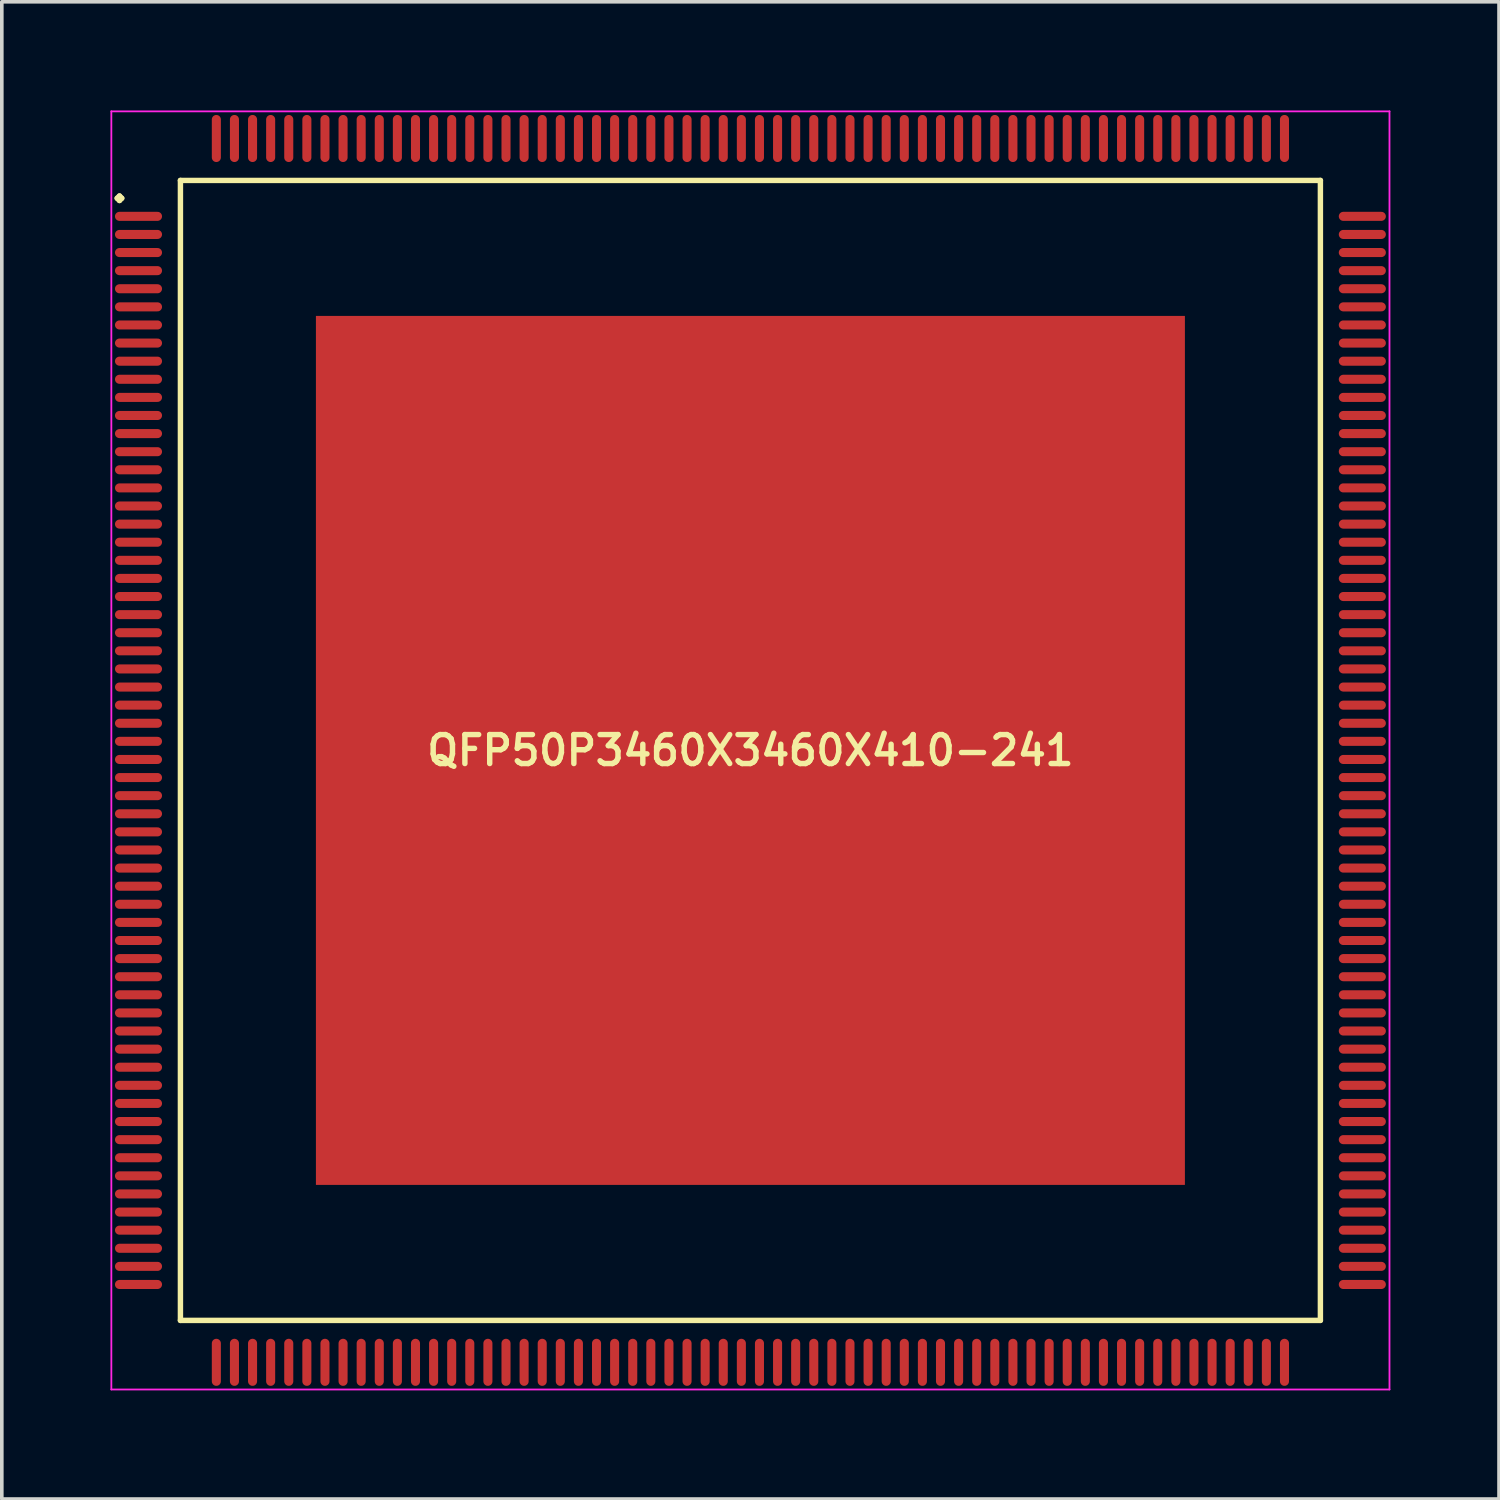
<source format=kicad_pcb>
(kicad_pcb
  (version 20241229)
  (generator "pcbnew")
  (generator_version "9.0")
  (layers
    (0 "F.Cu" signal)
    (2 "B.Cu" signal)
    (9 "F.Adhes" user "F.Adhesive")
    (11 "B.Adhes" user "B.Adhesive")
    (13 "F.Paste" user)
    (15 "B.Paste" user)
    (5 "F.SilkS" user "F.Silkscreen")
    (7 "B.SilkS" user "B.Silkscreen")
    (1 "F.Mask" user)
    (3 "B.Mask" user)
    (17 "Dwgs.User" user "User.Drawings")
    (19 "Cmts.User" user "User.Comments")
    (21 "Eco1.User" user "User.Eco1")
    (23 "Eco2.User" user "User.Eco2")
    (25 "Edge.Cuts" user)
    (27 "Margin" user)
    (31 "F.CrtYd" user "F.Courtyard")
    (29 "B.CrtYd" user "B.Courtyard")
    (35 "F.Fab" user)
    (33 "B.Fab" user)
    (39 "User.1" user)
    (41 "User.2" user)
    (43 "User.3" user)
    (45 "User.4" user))
  (footprint "QFP50P3460X3460X410-241"
    (layer "F.Cu")
    (at 17.675 17.675)
    (property "Reference" "QFP50P3460X3460X410-241" (at 0 0 0) (layer "F.SilkS") (effects (font (size 0.8 0.8) (thickness 0.15))))
    (attr smd)
    (fp_line (start -17.488 -15.25) (end -17.425 -15.312) (stroke (width 0.15) (type solid)) (layer "F.SilkS"))
    (fp_line (start -17.425 -15.312) (end -17.363 -15.25) (stroke (width 0.15) (type solid)) (layer "F.SilkS"))
    (fp_line (start -17.425 -15.188) (end -17.488 -15.25) (stroke (width 0.15) (type solid)) (layer "F.SilkS"))
    (fp_line (start -17.363 -15.25) (end -17.425 -15.188) (stroke (width 0.15) (type solid)) (layer "F.SilkS"))
    (fp_line (start -15.742 -15.742) (end -15.742 15.742) (stroke (width 0.15) (type solid)) (layer "F.SilkS"))
    (fp_line (start -15.742 15.742) (end 15.742 15.742) (stroke (width 0.15) (type solid)) (layer "F.SilkS"))
    (fp_line (start 15.742 -15.742) (end -15.742 -15.742) (stroke (width 0.15) (type solid)) (layer "F.SilkS"))
    (fp_line (start 15.742 15.742) (end 15.742 -15.742) (stroke (width 0.15) (type solid)) (layer "F.SilkS"))
    (fp_line (start -17.65 -17.65) (end 17.65 -17.65) (stroke (width 0.05) (type solid)) (layer "F.CrtYd"))
    (fp_line (start -17.65 17.65) (end -17.65 -17.65) (stroke (width 0.05) (type solid)) (layer "F.CrtYd"))
    (fp_line (start 17.65 -17.65) (end 17.65 17.65) (stroke (width 0.05) (type solid)) (layer "F.CrtYd"))
    (fp_line (start 17.65 17.65) (end -17.65 17.65) (stroke (width 0.05) (type solid)) (layer "F.CrtYd"))
    (pad "1" smd oval (at -16.9 -14.75) (size 1.3 0.25) (layers "F.Cu" "F.Mask" "F.Paste"))
    (pad "2" smd oval (at -16.9 -14.25) (size 1.3 0.25) (layers "F.Cu" "F.Mask" "F.Paste"))
    (pad "3" smd oval (at -16.9 -13.75) (size 1.3 0.25) (layers "F.Cu" "F.Mask" "F.Paste"))
    (pad "4" smd oval (at -16.9 -13.25) (size 1.3 0.25) (layers "F.Cu" "F.Mask" "F.Paste"))
    (pad "5" smd oval (at -16.9 -12.75) (size 1.3 0.25) (layers "F.Cu" "F.Mask" "F.Paste"))
    (pad "6" smd oval (at -16.9 -12.25) (size 1.3 0.25) (layers "F.Cu" "F.Mask" "F.Paste"))
    (pad "7" smd oval (at -16.9 -11.75) (size 1.3 0.25) (layers "F.Cu" "F.Mask" "F.Paste"))
    (pad "8" smd oval (at -16.9 -11.25) (size 1.3 0.25) (layers "F.Cu" "F.Mask" "F.Paste"))
    (pad "9" smd oval (at -16.9 -10.75) (size 1.3 0.25) (layers "F.Cu" "F.Mask" "F.Paste"))
    (pad "10" smd oval (at -16.9 -10.25) (size 1.3 0.25) (layers "F.Cu" "F.Mask" "F.Paste"))
    (pad "11" smd oval (at -16.9 -9.75) (size 1.3 0.25) (layers "F.Cu" "F.Mask" "F.Paste"))
    (pad "12" smd oval (at -16.9 -9.25) (size 1.3 0.25) (layers "F.Cu" "F.Mask" "F.Paste"))
    (pad "13" smd oval (at -16.9 -8.75) (size 1.3 0.25) (layers "F.Cu" "F.Mask" "F.Paste"))
    (pad "14" smd oval (at -16.9 -8.25) (size 1.3 0.25) (layers "F.Cu" "F.Mask" "F.Paste"))
    (pad "15" smd oval (at -16.9 -7.75) (size 1.3 0.25) (layers "F.Cu" "F.Mask" "F.Paste"))
    (pad "16" smd oval (at -16.9 -7.25) (size 1.3 0.25) (layers "F.Cu" "F.Mask" "F.Paste"))
    (pad "17" smd oval (at -16.9 -6.75) (size 1.3 0.25) (layers "F.Cu" "F.Mask" "F.Paste"))
    (pad "18" smd oval (at -16.9 -6.25) (size 1.3 0.25) (layers "F.Cu" "F.Mask" "F.Paste"))
    (pad "19" smd oval (at -16.9 -5.75) (size 1.3 0.25) (layers "F.Cu" "F.Mask" "F.Paste"))
    (pad "20" smd oval (at -16.9 -5.25) (size 1.3 0.25) (layers "F.Cu" "F.Mask" "F.Paste"))
    (pad "21" smd oval (at -16.9 -4.75) (size 1.3 0.25) (layers "F.Cu" "F.Mask" "F.Paste"))
    (pad "22" smd oval (at -16.9 -4.25) (size 1.3 0.25) (layers "F.Cu" "F.Mask" "F.Paste"))
    (pad "23" smd oval (at -16.9 -3.75) (size 1.3 0.25) (layers "F.Cu" "F.Mask" "F.Paste"))
    (pad "24" smd oval (at -16.9 -3.25) (size 1.3 0.25) (layers "F.Cu" "F.Mask" "F.Paste"))
    (pad "25" smd oval (at -16.9 -2.75) (size 1.3 0.25) (layers "F.Cu" "F.Mask" "F.Paste"))
    (pad "26" smd oval (at -16.9 -2.25) (size 1.3 0.25) (layers "F.Cu" "F.Mask" "F.Paste"))
    (pad "27" smd oval (at -16.9 -1.75) (size 1.3 0.25) (layers "F.Cu" "F.Mask" "F.Paste"))
    (pad "28" smd oval (at -16.9 -1.25) (size 1.3 0.25) (layers "F.Cu" "F.Mask" "F.Paste"))
    (pad "29" smd oval (at -16.9 -0.75) (size 1.3 0.25) (layers "F.Cu" "F.Mask" "F.Paste"))
    (pad "30" smd oval (at -16.9 -0.25) (size 1.3 0.25) (layers "F.Cu" "F.Mask" "F.Paste"))
    (pad "31" smd oval (at -16.9 0.25) (size 1.3 0.25) (layers "F.Cu" "F.Mask" "F.Paste"))
    (pad "32" smd oval (at -16.9 0.75) (size 1.3 0.25) (layers "F.Cu" "F.Mask" "F.Paste"))
    (pad "33" smd oval (at -16.9 1.25) (size 1.3 0.25) (layers "F.Cu" "F.Mask" "F.Paste"))
    (pad "34" smd oval (at -16.9 1.75) (size 1.3 0.25) (layers "F.Cu" "F.Mask" "F.Paste"))
    (pad "35" smd oval (at -16.9 2.25) (size 1.3 0.25) (layers "F.Cu" "F.Mask" "F.Paste"))
    (pad "36" smd oval (at -16.9 2.75) (size 1.3 0.25) (layers "F.Cu" "F.Mask" "F.Paste"))
    (pad "37" smd oval (at -16.9 3.25) (size 1.3 0.25) (layers "F.Cu" "F.Mask" "F.Paste"))
    (pad "38" smd oval (at -16.9 3.75) (size 1.3 0.25) (layers "F.Cu" "F.Mask" "F.Paste"))
    (pad "39" smd oval (at -16.9 4.25) (size 1.3 0.25) (layers "F.Cu" "F.Mask" "F.Paste"))
    (pad "40" smd oval (at -16.9 4.75) (size 1.3 0.25) (layers "F.Cu" "F.Mask" "F.Paste"))
    (pad "41" smd oval (at -16.9 5.25) (size 1.3 0.25) (layers "F.Cu" "F.Mask" "F.Paste"))
    (pad "42" smd oval (at -16.9 5.75) (size 1.3 0.25) (layers "F.Cu" "F.Mask" "F.Paste"))
    (pad "43" smd oval (at -16.9 6.25) (size 1.3 0.25) (layers "F.Cu" "F.Mask" "F.Paste"))
    (pad "44" smd oval (at -16.9 6.75) (size 1.3 0.25) (layers "F.Cu" "F.Mask" "F.Paste"))
    (pad "45" smd oval (at -16.9 7.25) (size 1.3 0.25) (layers "F.Cu" "F.Mask" "F.Paste"))
    (pad "46" smd oval (at -16.9 7.75) (size 1.3 0.25) (layers "F.Cu" "F.Mask" "F.Paste"))
    (pad "47" smd oval (at -16.9 8.25) (size 1.3 0.25) (layers "F.Cu" "F.Mask" "F.Paste"))
    (pad "48" smd oval (at -16.9 8.75) (size 1.3 0.25) (layers "F.Cu" "F.Mask" "F.Paste"))
    (pad "49" smd oval (at -16.9 9.25) (size 1.3 0.25) (layers "F.Cu" "F.Mask" "F.Paste"))
    (pad "50" smd oval (at -16.9 9.75) (size 1.3 0.25) (layers "F.Cu" "F.Mask" "F.Paste"))
    (pad "51" smd oval (at -16.9 10.25) (size 1.3 0.25) (layers "F.Cu" "F.Mask" "F.Paste"))
    (pad "52" smd oval (at -16.9 10.75) (size 1.3 0.25) (layers "F.Cu" "F.Mask" "F.Paste"))
    (pad "53" smd oval (at -16.9 11.25) (size 1.3 0.25) (layers "F.Cu" "F.Mask" "F.Paste"))
    (pad "54" smd oval (at -16.9 11.75) (size 1.3 0.25) (layers "F.Cu" "F.Mask" "F.Paste"))
    (pad "55" smd oval (at -16.9 12.25) (size 1.3 0.25) (layers "F.Cu" "F.Mask" "F.Paste"))
    (pad "56" smd oval (at -16.9 12.75) (size 1.3 0.25) (layers "F.Cu" "F.Mask" "F.Paste"))
    (pad "57" smd oval (at -16.9 13.25) (size 1.3 0.25) (layers "F.Cu" "F.Mask" "F.Paste"))
    (pad "58" smd oval (at -16.9 13.75) (size 1.3 0.25) (layers "F.Cu" "F.Mask" "F.Paste"))
    (pad "59" smd oval (at -16.9 14.25) (size 1.3 0.25) (layers "F.Cu" "F.Mask" "F.Paste"))
    (pad "60" smd oval (at -16.9 14.75) (size 1.3 0.25) (layers "F.Cu" "F.Mask" "F.Paste"))
    (pad "61" smd oval (at -14.75 16.9) (size 0.25 1.3) (layers "F.Cu" "F.Mask" "F.Paste"))
    (pad "62" smd oval (at -14.25 16.9) (size 0.25 1.3) (layers "F.Cu" "F.Mask" "F.Paste"))
    (pad "63" smd oval (at -13.75 16.9) (size 0.25 1.3) (layers "F.Cu" "F.Mask" "F.Paste"))
    (pad "64" smd oval (at -13.25 16.9) (size 0.25 1.3) (layers "F.Cu" "F.Mask" "F.Paste"))
    (pad "65" smd oval (at -12.75 16.9) (size 0.25 1.3) (layers "F.Cu" "F.Mask" "F.Paste"))
    (pad "66" smd oval (at -12.25 16.9) (size 0.25 1.3) (layers "F.Cu" "F.Mask" "F.Paste"))
    (pad "67" smd oval (at -11.75 16.9) (size 0.25 1.3) (layers "F.Cu" "F.Mask" "F.Paste"))
    (pad "68" smd oval (at -11.25 16.9) (size 0.25 1.3) (layers "F.Cu" "F.Mask" "F.Paste"))
    (pad "69" smd oval (at -10.75 16.9) (size 0.25 1.3) (layers "F.Cu" "F.Mask" "F.Paste"))
    (pad "70" smd oval (at -10.25 16.9) (size 0.25 1.3) (layers "F.Cu" "F.Mask" "F.Paste"))
    (pad "71" smd oval (at -9.75 16.9) (size 0.25 1.3) (layers "F.Cu" "F.Mask" "F.Paste"))
    (pad "72" smd oval (at -9.25 16.9) (size 0.25 1.3) (layers "F.Cu" "F.Mask" "F.Paste"))
    (pad "73" smd oval (at -8.75 16.9) (size 0.25 1.3) (layers "F.Cu" "F.Mask" "F.Paste"))
    (pad "74" smd oval (at -8.25 16.9) (size 0.25 1.3) (layers "F.Cu" "F.Mask" "F.Paste"))
    (pad "75" smd oval (at -7.75 16.9) (size 0.25 1.3) (layers "F.Cu" "F.Mask" "F.Paste"))
    (pad "76" smd oval (at -7.25 16.9) (size 0.25 1.3) (layers "F.Cu" "F.Mask" "F.Paste"))
    (pad "77" smd oval (at -6.75 16.9) (size 0.25 1.3) (layers "F.Cu" "F.Mask" "F.Paste"))
    (pad "78" smd oval (at -6.25 16.9) (size 0.25 1.3) (layers "F.Cu" "F.Mask" "F.Paste"))
    (pad "79" smd oval (at -5.75 16.9) (size 0.25 1.3) (layers "F.Cu" "F.Mask" "F.Paste"))
    (pad "80" smd oval (at -5.25 16.9) (size 0.25 1.3) (layers "F.Cu" "F.Mask" "F.Paste"))
    (pad "81" smd oval (at -4.75 16.9) (size 0.25 1.3) (layers "F.Cu" "F.Mask" "F.Paste"))
    (pad "82" smd oval (at -4.25 16.9) (size 0.25 1.3) (layers "F.Cu" "F.Mask" "F.Paste"))
    (pad "83" smd oval (at -3.75 16.9) (size 0.25 1.3) (layers "F.Cu" "F.Mask" "F.Paste"))
    (pad "84" smd oval (at -3.25 16.9) (size 0.25 1.3) (layers "F.Cu" "F.Mask" "F.Paste"))
    (pad "85" smd oval (at -2.75 16.9) (size 0.25 1.3) (layers "F.Cu" "F.Mask" "F.Paste"))
    (pad "86" smd oval (at -2.25 16.9) (size 0.25 1.3) (layers "F.Cu" "F.Mask" "F.Paste"))
    (pad "87" smd oval (at -1.75 16.9) (size 0.25 1.3) (layers "F.Cu" "F.Mask" "F.Paste"))
    (pad "88" smd oval (at -1.25 16.9) (size 0.25 1.3) (layers "F.Cu" "F.Mask" "F.Paste"))
    (pad "89" smd oval (at -0.75 16.9) (size 0.25 1.3) (layers "F.Cu" "F.Mask" "F.Paste"))
    (pad "90" smd oval (at -0.25 16.9) (size 0.25 1.3) (layers "F.Cu" "F.Mask" "F.Paste"))
    (pad "91" smd oval (at 0.25 16.9) (size 0.25 1.3) (layers "F.Cu" "F.Mask" "F.Paste"))
    (pad "92" smd oval (at 0.75 16.9) (size 0.25 1.3) (layers "F.Cu" "F.Mask" "F.Paste"))
    (pad "93" smd oval (at 1.25 16.9) (size 0.25 1.3) (layers "F.Cu" "F.Mask" "F.Paste"))
    (pad "94" smd oval (at 1.75 16.9) (size 0.25 1.3) (layers "F.Cu" "F.Mask" "F.Paste"))
    (pad "95" smd oval (at 2.25 16.9) (size 0.25 1.3) (layers "F.Cu" "F.Mask" "F.Paste"))
    (pad "96" smd oval (at 2.75 16.9) (size 0.25 1.3) (layers "F.Cu" "F.Mask" "F.Paste"))
    (pad "97" smd oval (at 3.25 16.9) (size 0.25 1.3) (layers "F.Cu" "F.Mask" "F.Paste"))
    (pad "98" smd oval (at 3.75 16.9) (size 0.25 1.3) (layers "F.Cu" "F.Mask" "F.Paste"))
    (pad "99" smd oval (at 4.25 16.9) (size 0.25 1.3) (layers "F.Cu" "F.Mask" "F.Paste"))
    (pad "100" smd oval (at 4.75 16.9) (size 0.25 1.3) (layers "F.Cu" "F.Mask" "F.Paste"))
    (pad "101" smd oval (at 5.25 16.9) (size 0.25 1.3) (layers "F.Cu" "F.Mask" "F.Paste"))
    (pad "102" smd oval (at 5.75 16.9) (size 0.25 1.3) (layers "F.Cu" "F.Mask" "F.Paste"))
    (pad "103" smd oval (at 6.25 16.9) (size 0.25 1.3) (layers "F.Cu" "F.Mask" "F.Paste"))
    (pad "104" smd oval (at 6.75 16.9) (size 0.25 1.3) (layers "F.Cu" "F.Mask" "F.Paste"))
    (pad "105" smd oval (at 7.25 16.9) (size 0.25 1.3) (layers "F.Cu" "F.Mask" "F.Paste"))
    (pad "106" smd oval (at 7.75 16.9) (size 0.25 1.3) (layers "F.Cu" "F.Mask" "F.Paste"))
    (pad "107" smd oval (at 8.25 16.9) (size 0.25 1.3) (layers "F.Cu" "F.Mask" "F.Paste"))
    (pad "108" smd oval (at 8.75 16.9) (size 0.25 1.3) (layers "F.Cu" "F.Mask" "F.Paste"))
    (pad "109" smd oval (at 9.25 16.9) (size 0.25 1.3) (layers "F.Cu" "F.Mask" "F.Paste"))
    (pad "110" smd oval (at 9.75 16.9) (size 0.25 1.3) (layers "F.Cu" "F.Mask" "F.Paste"))
    (pad "111" smd oval (at 10.25 16.9) (size 0.25 1.3) (layers "F.Cu" "F.Mask" "F.Paste"))
    (pad "112" smd oval (at 10.75 16.9) (size 0.25 1.3) (layers "F.Cu" "F.Mask" "F.Paste"))
    (pad "113" smd oval (at 11.25 16.9) (size 0.25 1.3) (layers "F.Cu" "F.Mask" "F.Paste"))
    (pad "114" smd oval (at 11.75 16.9) (size 0.25 1.3) (layers "F.Cu" "F.Mask" "F.Paste"))
    (pad "115" smd oval (at 12.25 16.9) (size 0.25 1.3) (layers "F.Cu" "F.Mask" "F.Paste"))
    (pad "116" smd oval (at 12.75 16.9) (size 0.25 1.3) (layers "F.Cu" "F.Mask" "F.Paste"))
    (pad "117" smd oval (at 13.25 16.9) (size 0.25 1.3) (layers "F.Cu" "F.Mask" "F.Paste"))
    (pad "118" smd oval (at 13.75 16.9) (size 0.25 1.3) (layers "F.Cu" "F.Mask" "F.Paste"))
    (pad "119" smd oval (at 14.25 16.9) (size 0.25 1.3) (layers "F.Cu" "F.Mask" "F.Paste"))
    (pad "120" smd oval (at 14.75 16.9) (size 0.25 1.3) (layers "F.Cu" "F.Mask" "F.Paste"))
    (pad "121" smd oval (at 16.9 14.75) (size 1.3 0.25) (layers "F.Cu" "F.Mask" "F.Paste"))
    (pad "122" smd oval (at 16.9 14.25) (size 1.3 0.25) (layers "F.Cu" "F.Mask" "F.Paste"))
    (pad "123" smd oval (at 16.9 13.75) (size 1.3 0.25) (layers "F.Cu" "F.Mask" "F.Paste"))
    (pad "124" smd oval (at 16.9 13.25) (size 1.3 0.25) (layers "F.Cu" "F.Mask" "F.Paste"))
    (pad "125" smd oval (at 16.9 12.75) (size 1.3 0.25) (layers "F.Cu" "F.Mask" "F.Paste"))
    (pad "126" smd oval (at 16.9 12.25) (size 1.3 0.25) (layers "F.Cu" "F.Mask" "F.Paste"))
    (pad "127" smd oval (at 16.9 11.75) (size 1.3 0.25) (layers "F.Cu" "F.Mask" "F.Paste"))
    (pad "128" smd oval (at 16.9 11.25) (size 1.3 0.25) (layers "F.Cu" "F.Mask" "F.Paste"))
    (pad "129" smd oval (at 16.9 10.75) (size 1.3 0.25) (layers "F.Cu" "F.Mask" "F.Paste"))
    (pad "130" smd oval (at 16.9 10.25) (size 1.3 0.25) (layers "F.Cu" "F.Mask" "F.Paste"))
    (pad "131" smd oval (at 16.9 9.75) (size 1.3 0.25) (layers "F.Cu" "F.Mask" "F.Paste"))
    (pad "132" smd oval (at 16.9 9.25) (size 1.3 0.25) (layers "F.Cu" "F.Mask" "F.Paste"))
    (pad "133" smd oval (at 16.9 8.75) (size 1.3 0.25) (layers "F.Cu" "F.Mask" "F.Paste"))
    (pad "134" smd oval (at 16.9 8.25) (size 1.3 0.25) (layers "F.Cu" "F.Mask" "F.Paste"))
    (pad "135" smd oval (at 16.9 7.75) (size 1.3 0.25) (layers "F.Cu" "F.Mask" "F.Paste"))
    (pad "136" smd oval (at 16.9 7.25) (size 1.3 0.25) (layers "F.Cu" "F.Mask" "F.Paste"))
    (pad "137" smd oval (at 16.9 6.75) (size 1.3 0.25) (layers "F.Cu" "F.Mask" "F.Paste"))
    (pad "138" smd oval (at 16.9 6.25) (size 1.3 0.25) (layers "F.Cu" "F.Mask" "F.Paste"))
    (pad "139" smd oval (at 16.9 5.75) (size 1.3 0.25) (layers "F.Cu" "F.Mask" "F.Paste"))
    (pad "140" smd oval (at 16.9 5.25) (size 1.3 0.25) (layers "F.Cu" "F.Mask" "F.Paste"))
    (pad "141" smd oval (at 16.9 4.75) (size 1.3 0.25) (layers "F.Cu" "F.Mask" "F.Paste"))
    (pad "142" smd oval (at 16.9 4.25) (size 1.3 0.25) (layers "F.Cu" "F.Mask" "F.Paste"))
    (pad "143" smd oval (at 16.9 3.75) (size 1.3 0.25) (layers "F.Cu" "F.Mask" "F.Paste"))
    (pad "144" smd oval (at 16.9 3.25) (size 1.3 0.25) (layers "F.Cu" "F.Mask" "F.Paste"))
    (pad "145" smd oval (at 16.9 2.75) (size 1.3 0.25) (layers "F.Cu" "F.Mask" "F.Paste"))
    (pad "146" smd oval (at 16.9 2.25) (size 1.3 0.25) (layers "F.Cu" "F.Mask" "F.Paste"))
    (pad "147" smd oval (at 16.9 1.75) (size 1.3 0.25) (layers "F.Cu" "F.Mask" "F.Paste"))
    (pad "148" smd oval (at 16.9 1.25) (size 1.3 0.25) (layers "F.Cu" "F.Mask" "F.Paste"))
    (pad "149" smd oval (at 16.9 0.75) (size 1.3 0.25) (layers "F.Cu" "F.Mask" "F.Paste"))
    (pad "150" smd oval (at 16.9 0.25) (size 1.3 0.25) (layers "F.Cu" "F.Mask" "F.Paste"))
    (pad "151" smd oval (at 16.9 -0.25) (size 1.3 0.25) (layers "F.Cu" "F.Mask" "F.Paste"))
    (pad "152" smd oval (at 16.9 -0.75) (size 1.3 0.25) (layers "F.Cu" "F.Mask" "F.Paste"))
    (pad "153" smd oval (at 16.9 -1.25) (size 1.3 0.25) (layers "F.Cu" "F.Mask" "F.Paste"))
    (pad "154" smd oval (at 16.9 -1.75) (size 1.3 0.25) (layers "F.Cu" "F.Mask" "F.Paste"))
    (pad "155" smd oval (at 16.9 -2.25) (size 1.3 0.25) (layers "F.Cu" "F.Mask" "F.Paste"))
    (pad "156" smd oval (at 16.9 -2.75) (size 1.3 0.25) (layers "F.Cu" "F.Mask" "F.Paste"))
    (pad "157" smd oval (at 16.9 -3.25) (size 1.3 0.25) (layers "F.Cu" "F.Mask" "F.Paste"))
    (pad "158" smd oval (at 16.9 -3.75) (size 1.3 0.25) (layers "F.Cu" "F.Mask" "F.Paste"))
    (pad "159" smd oval (at 16.9 -4.25) (size 1.3 0.25) (layers "F.Cu" "F.Mask" "F.Paste"))
    (pad "160" smd oval (at 16.9 -4.75) (size 1.3 0.25) (layers "F.Cu" "F.Mask" "F.Paste"))
    (pad "161" smd oval (at 16.9 -5.25) (size 1.3 0.25) (layers "F.Cu" "F.Mask" "F.Paste"))
    (pad "162" smd oval (at 16.9 -5.75) (size 1.3 0.25) (layers "F.Cu" "F.Mask" "F.Paste"))
    (pad "163" smd oval (at 16.9 -6.25) (size 1.3 0.25) (layers "F.Cu" "F.Mask" "F.Paste"))
    (pad "164" smd oval (at 16.9 -6.75) (size 1.3 0.25) (layers "F.Cu" "F.Mask" "F.Paste"))
    (pad "165" smd oval (at 16.9 -7.25) (size 1.3 0.25) (layers "F.Cu" "F.Mask" "F.Paste"))
    (pad "166" smd oval (at 16.9 -7.75) (size 1.3 0.25) (layers "F.Cu" "F.Mask" "F.Paste"))
    (pad "167" smd oval (at 16.9 -8.25) (size 1.3 0.25) (layers "F.Cu" "F.Mask" "F.Paste"))
    (pad "168" smd oval (at 16.9 -8.75) (size 1.3 0.25) (layers "F.Cu" "F.Mask" "F.Paste"))
    (pad "169" smd oval (at 16.9 -9.25) (size 1.3 0.25) (layers "F.Cu" "F.Mask" "F.Paste"))
    (pad "170" smd oval (at 16.9 -9.75) (size 1.3 0.25) (layers "F.Cu" "F.Mask" "F.Paste"))
    (pad "171" smd oval (at 16.9 -10.25) (size 1.3 0.25) (layers "F.Cu" "F.Mask" "F.Paste"))
    (pad "172" smd oval (at 16.9 -10.75) (size 1.3 0.25) (layers "F.Cu" "F.Mask" "F.Paste"))
    (pad "173" smd oval (at 16.9 -11.25) (size 1.3 0.25) (layers "F.Cu" "F.Mask" "F.Paste"))
    (pad "174" smd oval (at 16.9 -11.75) (size 1.3 0.25) (layers "F.Cu" "F.Mask" "F.Paste"))
    (pad "175" smd oval (at 16.9 -12.25) (size 1.3 0.25) (layers "F.Cu" "F.Mask" "F.Paste"))
    (pad "176" smd oval (at 16.9 -12.75) (size 1.3 0.25) (layers "F.Cu" "F.Mask" "F.Paste"))
    (pad "177" smd oval (at 16.9 -13.25) (size 1.3 0.25) (layers "F.Cu" "F.Mask" "F.Paste"))
    (pad "178" smd oval (at 16.9 -13.75) (size 1.3 0.25) (layers "F.Cu" "F.Mask" "F.Paste"))
    (pad "179" smd oval (at 16.9 -14.25) (size 1.3 0.25) (layers "F.Cu" "F.Mask" "F.Paste"))
    (pad "180" smd oval (at 16.9 -14.75) (size 1.3 0.25) (layers "F.Cu" "F.Mask" "F.Paste"))
    (pad "181" smd oval (at 14.75 -16.9) (size 0.25 1.3) (layers "F.Cu" "F.Mask" "F.Paste"))
    (pad "182" smd oval (at 14.25 -16.9) (size 0.25 1.3) (layers "F.Cu" "F.Mask" "F.Paste"))
    (pad "183" smd oval (at 13.75 -16.9) (size 0.25 1.3) (layers "F.Cu" "F.Mask" "F.Paste"))
    (pad "184" smd oval (at 13.25 -16.9) (size 0.25 1.3) (layers "F.Cu" "F.Mask" "F.Paste"))
    (pad "185" smd oval (at 12.75 -16.9) (size 0.25 1.3) (layers "F.Cu" "F.Mask" "F.Paste"))
    (pad "186" smd oval (at 12.25 -16.9) (size 0.25 1.3) (layers "F.Cu" "F.Mask" "F.Paste"))
    (pad "187" smd oval (at 11.75 -16.9) (size 0.25 1.3) (layers "F.Cu" "F.Mask" "F.Paste"))
    (pad "188" smd oval (at 11.25 -16.9) (size 0.25 1.3) (layers "F.Cu" "F.Mask" "F.Paste"))
    (pad "189" smd oval (at 10.75 -16.9) (size 0.25 1.3) (layers "F.Cu" "F.Mask" "F.Paste"))
    (pad "190" smd oval (at 10.25 -16.9) (size 0.25 1.3) (layers "F.Cu" "F.Mask" "F.Paste"))
    (pad "191" smd oval (at 9.75 -16.9) (size 0.25 1.3) (layers "F.Cu" "F.Mask" "F.Paste"))
    (pad "192" smd oval (at 9.25 -16.9) (size 0.25 1.3) (layers "F.Cu" "F.Mask" "F.Paste"))
    (pad "193" smd oval (at 8.75 -16.9) (size 0.25 1.3) (layers "F.Cu" "F.Mask" "F.Paste"))
    (pad "194" smd oval (at 8.25 -16.9) (size 0.25 1.3) (layers "F.Cu" "F.Mask" "F.Paste"))
    (pad "195" smd oval (at 7.75 -16.9) (size 0.25 1.3) (layers "F.Cu" "F.Mask" "F.Paste"))
    (pad "196" smd oval (at 7.25 -16.9) (size 0.25 1.3) (layers "F.Cu" "F.Mask" "F.Paste"))
    (pad "197" smd oval (at 6.75 -16.9) (size 0.25 1.3) (layers "F.Cu" "F.Mask" "F.Paste"))
    (pad "198" smd oval (at 6.25 -16.9) (size 0.25 1.3) (layers "F.Cu" "F.Mask" "F.Paste"))
    (pad "199" smd oval (at 5.75 -16.9) (size 0.25 1.3) (layers "F.Cu" "F.Mask" "F.Paste"))
    (pad "200" smd oval (at 5.25 -16.9) (size 0.25 1.3) (layers "F.Cu" "F.Mask" "F.Paste"))
    (pad "201" smd oval (at 4.75 -16.9) (size 0.25 1.3) (layers "F.Cu" "F.Mask" "F.Paste"))
    (pad "202" smd oval (at 4.25 -16.9) (size 0.25 1.3) (layers "F.Cu" "F.Mask" "F.Paste"))
    (pad "203" smd oval (at 3.75 -16.9) (size 0.25 1.3) (layers "F.Cu" "F.Mask" "F.Paste"))
    (pad "204" smd oval (at 3.25 -16.9) (size 0.25 1.3) (layers "F.Cu" "F.Mask" "F.Paste"))
    (pad "205" smd oval (at 2.75 -16.9) (size 0.25 1.3) (layers "F.Cu" "F.Mask" "F.Paste"))
    (pad "206" smd oval (at 2.25 -16.9) (size 0.25 1.3) (layers "F.Cu" "F.Mask" "F.Paste"))
    (pad "207" smd oval (at 1.75 -16.9) (size 0.25 1.3) (layers "F.Cu" "F.Mask" "F.Paste"))
    (pad "208" smd oval (at 1.25 -16.9) (size 0.25 1.3) (layers "F.Cu" "F.Mask" "F.Paste"))
    (pad "209" smd oval (at 0.75 -16.9) (size 0.25 1.3) (layers "F.Cu" "F.Mask" "F.Paste"))
    (pad "210" smd oval (at 0.25 -16.9) (size 0.25 1.3) (layers "F.Cu" "F.Mask" "F.Paste"))
    (pad "211" smd oval (at -0.25 -16.9) (size 0.25 1.3) (layers "F.Cu" "F.Mask" "F.Paste"))
    (pad "212" smd oval (at -0.75 -16.9) (size 0.25 1.3) (layers "F.Cu" "F.Mask" "F.Paste"))
    (pad "213" smd oval (at -1.25 -16.9) (size 0.25 1.3) (layers "F.Cu" "F.Mask" "F.Paste"))
    (pad "214" smd oval (at -1.75 -16.9) (size 0.25 1.3) (layers "F.Cu" "F.Mask" "F.Paste"))
    (pad "215" smd oval (at -2.25 -16.9) (size 0.25 1.3) (layers "F.Cu" "F.Mask" "F.Paste"))
    (pad "216" smd oval (at -2.75 -16.9) (size 0.25 1.3) (layers "F.Cu" "F.Mask" "F.Paste"))
    (pad "217" smd oval (at -3.25 -16.9) (size 0.25 1.3) (layers "F.Cu" "F.Mask" "F.Paste"))
    (pad "218" smd oval (at -3.75 -16.9) (size 0.25 1.3) (layers "F.Cu" "F.Mask" "F.Paste"))
    (pad "219" smd oval (at -4.25 -16.9) (size 0.25 1.3) (layers "F.Cu" "F.Mask" "F.Paste"))
    (pad "220" smd oval (at -4.75 -16.9) (size 0.25 1.3) (layers "F.Cu" "F.Mask" "F.Paste"))
    (pad "221" smd oval (at -5.25 -16.9) (size 0.25 1.3) (layers "F.Cu" "F.Mask" "F.Paste"))
    (pad "222" smd oval (at -5.75 -16.9) (size 0.25 1.3) (layers "F.Cu" "F.Mask" "F.Paste"))
    (pad "223" smd oval (at -6.25 -16.9) (size 0.25 1.3) (layers "F.Cu" "F.Mask" "F.Paste"))
    (pad "224" smd oval (at -6.75 -16.9) (size 0.25 1.3) (layers "F.Cu" "F.Mask" "F.Paste"))
    (pad "225" smd oval (at -7.25 -16.9) (size 0.25 1.3) (layers "F.Cu" "F.Mask" "F.Paste"))
    (pad "226" smd oval (at -7.75 -16.9) (size 0.25 1.3) (layers "F.Cu" "F.Mask" "F.Paste"))
    (pad "227" smd oval (at -8.25 -16.9) (size 0.25 1.3) (layers "F.Cu" "F.Mask" "F.Paste"))
    (pad "228" smd oval (at -8.75 -16.9) (size 0.25 1.3) (layers "F.Cu" "F.Mask" "F.Paste"))
    (pad "229" smd oval (at -9.25 -16.9) (size 0.25 1.3) (layers "F.Cu" "F.Mask" "F.Paste"))
    (pad "230" smd oval (at -9.75 -16.9) (size 0.25 1.3) (layers "F.Cu" "F.Mask" "F.Paste"))
    (pad "231" smd oval (at -10.25 -16.9) (size 0.25 1.3) (layers "F.Cu" "F.Mask" "F.Paste"))
    (pad "232" smd oval (at -10.75 -16.9) (size 0.25 1.3) (layers "F.Cu" "F.Mask" "F.Paste"))
    (pad "233" smd oval (at -11.25 -16.9) (size 0.25 1.3) (layers "F.Cu" "F.Mask" "F.Paste"))
    (pad "234" smd oval (at -11.75 -16.9) (size 0.25 1.3) (layers "F.Cu" "F.Mask" "F.Paste"))
    (pad "235" smd oval (at -12.25 -16.9) (size 0.25 1.3) (layers "F.Cu" "F.Mask" "F.Paste"))
    (pad "236" smd oval (at -12.75 -16.9) (size 0.25 1.3) (layers "F.Cu" "F.Mask" "F.Paste"))
    (pad "237" smd oval (at -13.25 -16.9) (size 0.25 1.3) (layers "F.Cu" "F.Mask" "F.Paste"))
    (pad "238" smd oval (at -13.75 -16.9) (size 0.25 1.3) (layers "F.Cu" "F.Mask" "F.Paste"))
    (pad "239" smd oval (at -14.25 -16.9) (size 0.25 1.3) (layers "F.Cu" "F.Mask" "F.Paste"))
    (pad "240" smd oval (at -14.75 -16.9) (size 0.25 1.3) (layers "F.Cu" "F.Mask" "F.Paste"))
    (pad "241" smd rect (at 0 0) (size 24 24) (layers "F.Cu" "F.Mask" "F.Paste")))
  (gr_rect
    (start -3 -3)
    (end 38.35 38.35)
    (stroke (width 0.1) (type default))
    (fill no)
    (layer "Edge.Cuts")))
</source>
